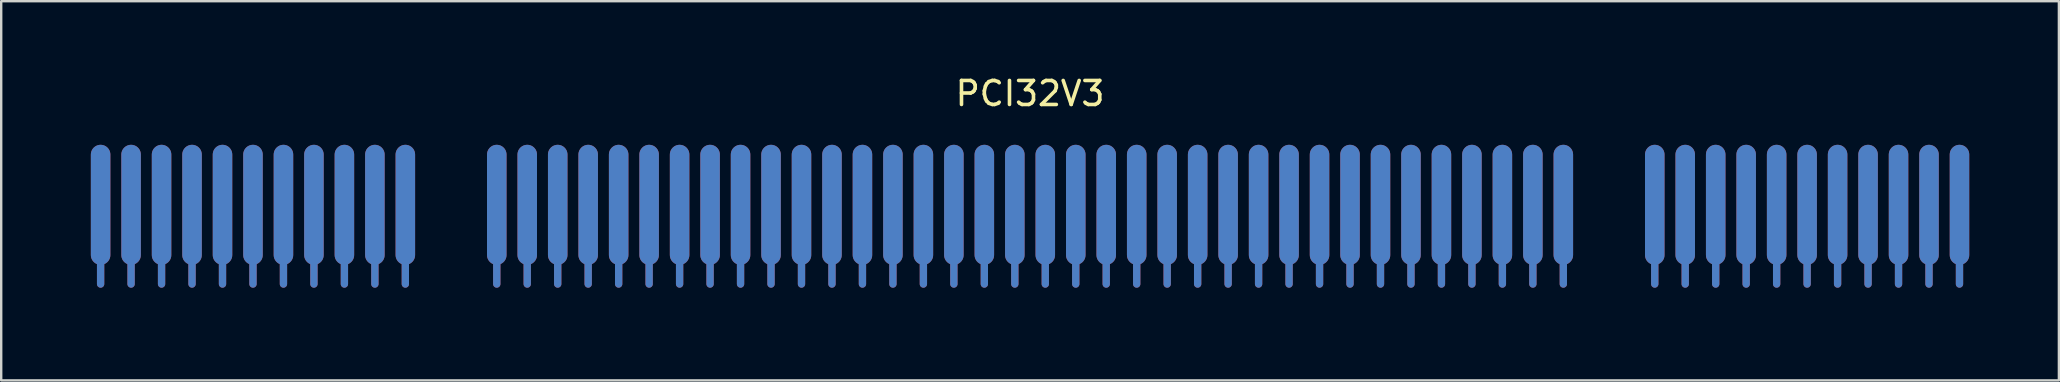
<source format=kicad_pcb>
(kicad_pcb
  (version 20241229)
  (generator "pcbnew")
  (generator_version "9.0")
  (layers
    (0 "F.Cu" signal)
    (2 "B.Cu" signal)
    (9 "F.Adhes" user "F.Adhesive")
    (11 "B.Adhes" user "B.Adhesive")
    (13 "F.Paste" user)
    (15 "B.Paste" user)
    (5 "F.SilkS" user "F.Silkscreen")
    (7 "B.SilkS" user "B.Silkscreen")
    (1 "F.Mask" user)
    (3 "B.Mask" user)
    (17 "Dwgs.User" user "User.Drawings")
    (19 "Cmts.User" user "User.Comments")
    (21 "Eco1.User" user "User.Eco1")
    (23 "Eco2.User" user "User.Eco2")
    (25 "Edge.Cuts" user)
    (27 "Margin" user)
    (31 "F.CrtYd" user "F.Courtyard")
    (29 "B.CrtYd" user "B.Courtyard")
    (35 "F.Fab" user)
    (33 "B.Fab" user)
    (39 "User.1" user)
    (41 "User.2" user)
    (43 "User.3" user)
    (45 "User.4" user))
  (footprint "PCI32V3"
    (layer "F.Cu")
    (at 1.143 5.485)
    (property "Reference" "PCI32V3" (at 38.735 -4.637 0) (layer "F.SilkS") (effects (font (size 1 1) (thickness 0.15))))
    (fp_line (start 0 3.302) (end 0 2) (stroke (width 0.305) (type solid)) (layer "F.Cu"))
    (fp_line (start 1.27 3.302) (end 1.27 2) (stroke (width 0.305) (type solid)) (layer "F.Cu"))
    (fp_line (start 2.54 3.302) (end 2.54 2) (stroke (width 0.305) (type solid)) (layer "F.Cu"))
    (fp_line (start 3.81 3.302) (end 3.81 2) (stroke (width 0.305) (type solid)) (layer "F.Cu"))
    (fp_line (start 5.08 3.302) (end 5.08 2) (stroke (width 0.305) (type solid)) (layer "F.Cu"))
    (fp_line (start 6.35 3.302) (end 6.35 2) (stroke (width 0.305) (type solid)) (layer "F.Cu"))
    (fp_line (start 7.62 3.302) (end 7.62 2) (stroke (width 0.305) (type solid)) (layer "F.Cu"))
    (fp_line (start 8.89 3.302) (end 8.89 2) (stroke (width 0.305) (type solid)) (layer "F.Cu"))
    (fp_line (start 10.16 3.302) (end 10.16 2) (stroke (width 0.305) (type solid)) (layer "F.Cu"))
    (fp_line (start 11.43 3.302) (end 11.43 2) (stroke (width 0.305) (type solid)) (layer "F.Cu"))
    (fp_line (start 12.7 3.302) (end 12.7 2) (stroke (width 0.305) (type solid)) (layer "F.Cu"))
    (fp_line (start 16.51 3.302) (end 16.51 2) (stroke (width 0.305) (type solid)) (layer "F.Cu"))
    (fp_line (start 17.78 3.302) (end 17.78 2) (stroke (width 0.305) (type solid)) (layer "F.Cu"))
    (fp_line (start 19.05 3.302) (end 19.05 2) (stroke (width 0.305) (type solid)) (layer "F.Cu"))
    (fp_line (start 20.32 3.302) (end 20.32 2) (stroke (width 0.305) (type solid)) (layer "F.Cu"))
    (fp_line (start 21.59 3.302) (end 21.59 2) (stroke (width 0.305) (type solid)) (layer "F.Cu"))
    (fp_line (start 22.86 3.302) (end 22.86 2) (stroke (width 0.305) (type solid)) (layer "F.Cu"))
    (fp_line (start 24.13 3.302) (end 24.13 2) (stroke (width 0.305) (type solid)) (layer "F.Cu"))
    (fp_line (start 25.4 3.302) (end 25.4 2) (stroke (width 0.305) (type solid)) (layer "F.Cu"))
    (fp_line (start 26.67 3.302) (end 26.67 2) (stroke (width 0.305) (type solid)) (layer "F.Cu"))
    (fp_line (start 27.94 3.302) (end 27.94 2) (stroke (width 0.305) (type solid)) (layer "F.Cu"))
    (fp_line (start 29.21 3.302) (end 29.21 2) (stroke (width 0.305) (type solid)) (layer "F.Cu"))
    (fp_line (start 30.48 3.302) (end 30.48 2) (stroke (width 0.305) (type solid)) (layer "F.Cu"))
    (fp_line (start 31.75 3.302) (end 31.75 2) (stroke (width 0.305) (type solid)) (layer "F.Cu"))
    (fp_line (start 33.02 3.302) (end 33.02 2) (stroke (width 0.305) (type solid)) (layer "F.Cu"))
    (fp_line (start 34.29 3.302) (end 34.29 2) (stroke (width 0.305) (type solid)) (layer "F.Cu"))
    (fp_line (start 35.56 3.302) (end 35.56 2) (stroke (width 0.305) (type solid)) (layer "F.Cu"))
    (fp_line (start 36.83 3.302) (end 36.83 2) (stroke (width 0.305) (type solid)) (layer "F.Cu"))
    (fp_line (start 38.1 3.302) (end 38.1 2) (stroke (width 0.305) (type solid)) (layer "F.Cu"))
    (fp_line (start 39.37 3.302) (end 39.37 2) (stroke (width 0.305) (type solid)) (layer "F.Cu"))
    (fp_line (start 40.64 3.302) (end 40.64 2) (stroke (width 0.305) (type solid)) (layer "F.Cu"))
    (fp_line (start 41.91 3.302) (end 41.91 2) (stroke (width 0.305) (type solid)) (layer "F.Cu"))
    (fp_line (start 43.18 3.302) (end 43.18 2) (stroke (width 0.305) (type solid)) (layer "F.Cu"))
    (fp_line (start 44.45 3.302) (end 44.45 2) (stroke (width 0.305) (type solid)) (layer "F.Cu"))
    (fp_line (start 45.72 3.302) (end 45.72 2) (stroke (width 0.305) (type solid)) (layer "F.Cu"))
    (fp_line (start 46.99 3.302) (end 46.99 2) (stroke (width 0.305) (type solid)) (layer "F.Cu"))
    (fp_line (start 48.26 3.302) (end 48.26 2) (stroke (width 0.305) (type solid)) (layer "F.Cu"))
    (fp_line (start 49.53 3.302) (end 49.53 2) (stroke (width 0.305) (type solid)) (layer "F.Cu"))
    (fp_line (start 50.8 3.302) (end 50.8 2) (stroke (width 0.305) (type solid)) (layer "F.Cu"))
    (fp_line (start 52.07 3.302) (end 52.07 2) (stroke (width 0.305) (type solid)) (layer "F.Cu"))
    (fp_line (start 53.34 3.302) (end 53.34 2) (stroke (width 0.305) (type solid)) (layer "F.Cu"))
    (fp_line (start 54.61 3.302) (end 54.61 2) (stroke (width 0.305) (type solid)) (layer "F.Cu"))
    (fp_line (start 55.88 3.302) (end 55.88 2) (stroke (width 0.305) (type solid)) (layer "F.Cu"))
    (fp_line (start 57.15 3.302) (end 57.15 2) (stroke (width 0.305) (type solid)) (layer "F.Cu"))
    (fp_line (start 58.42 3.302) (end 58.42 2) (stroke (width 0.305) (type solid)) (layer "F.Cu"))
    (fp_line (start 59.69 3.302) (end 59.69 2) (stroke (width 0.305) (type solid)) (layer "F.Cu"))
    (fp_line (start 60.96 3.302) (end 60.96 2) (stroke (width 0.305) (type solid)) (layer "F.Cu"))
    (fp_line (start 64.77 3.302) (end 64.77 2) (stroke (width 0.305) (type solid)) (layer "F.Cu"))
    (fp_line (start 66.04 3.302) (end 66.04 2) (stroke (width 0.305) (type solid)) (layer "F.Cu"))
    (fp_line (start 67.31 3.302) (end 67.31 2) (stroke (width 0.305) (type solid)) (layer "F.Cu"))
    (fp_line (start 68.58 3.302) (end 68.58 2) (stroke (width 0.305) (type solid)) (layer "F.Cu"))
    (fp_line (start 69.85 3.302) (end 69.85 2) (stroke (width 0.305) (type solid)) (layer "F.Cu"))
    (fp_line (start 71.12 3.302) (end 71.12 2) (stroke (width 0.305) (type solid)) (layer "F.Cu"))
    (fp_line (start 72.39 3.302) (end 72.39 2) (stroke (width 0.305) (type solid)) (layer "F.Cu"))
    (fp_line (start 73.66 3.302) (end 73.66 2) (stroke (width 0.305) (type solid)) (layer "F.Cu"))
    (fp_line (start 74.93 3.302) (end 74.93 2) (stroke (width 0.305) (type solid)) (layer "F.Cu"))
    (fp_line (start 76.2 3.302) (end 76.2 2) (stroke (width 0.305) (type solid)) (layer "F.Cu"))
    (fp_line (start 77.47 3.302) (end 77.47 2) (stroke (width 0.305) (type solid)) (layer "F.Cu"))
    (fp_rect (start -1.016 4.064) (end 13.386 -2.769) (stroke (width 0) (type default)) (fill yes) (layer "F.Mask"))
    (fp_rect (start 61.849 -2.794) (end 15.621 3.962) (stroke (width 0) (type default)) (fill yes) (layer "F.Mask"))
    (fp_rect (start 63.881 4.039) (end 78.283 -2.794) (stroke (width 0) (type default)) (fill yes) (layer "F.Mask"))
    (fp_line (start 0 3.302) (end 0 2) (stroke (width 0.305) (type solid)) (layer "B.Cu"))
    (fp_line (start 1.27 3.302) (end 1.27 2) (stroke (width 0.305) (type solid)) (layer "B.Cu"))
    (fp_line (start 2.54 3.302) (end 2.54 2) (stroke (width 0.305) (type solid)) (layer "B.Cu"))
    (fp_line (start 3.81 3.302) (end 3.81 2) (stroke (width 0.305) (type solid)) (layer "B.Cu"))
    (fp_line (start 5.08 3.302) (end 5.08 2) (stroke (width 0.305) (type solid)) (layer "B.Cu"))
    (fp_line (start 6.35 3.302) (end 6.35 2) (stroke (width 0.305) (type solid)) (layer "B.Cu"))
    (fp_line (start 7.62 3.302) (end 7.62 2) (stroke (width 0.305) (type solid)) (layer "B.Cu"))
    (fp_line (start 8.89 3.302) (end 8.89 2) (stroke (width 0.305) (type solid)) (layer "B.Cu"))
    (fp_line (start 10.16 3.302) (end 10.16 2) (stroke (width 0.305) (type solid)) (layer "B.Cu"))
    (fp_line (start 11.43 3.302) (end 11.43 2) (stroke (width 0.305) (type solid)) (layer "B.Cu"))
    (fp_line (start 12.7 3.302) (end 12.7 2) (stroke (width 0.305) (type solid)) (layer "B.Cu"))
    (fp_line (start 16.51 3.302) (end 16.51 2) (stroke (width 0.305) (type solid)) (layer "B.Cu"))
    (fp_line (start 17.78 3.302) (end 17.78 2) (stroke (width 0.305) (type solid)) (layer "B.Cu"))
    (fp_line (start 19.05 3.302) (end 19.05 2) (stroke (width 0.305) (type solid)) (layer "B.Cu"))
    (fp_line (start 20.32 3.302) (end 20.32 2) (stroke (width 0.305) (type solid)) (layer "B.Cu"))
    (fp_line (start 21.59 3.302) (end 21.59 2) (stroke (width 0.305) (type solid)) (layer "B.Cu"))
    (fp_line (start 22.86 3.302) (end 22.86 2) (stroke (width 0.305) (type solid)) (layer "B.Cu"))
    (fp_line (start 24.13 3.302) (end 24.13 2) (stroke (width 0.305) (type solid)) (layer "B.Cu"))
    (fp_line (start 25.4 3.302) (end 25.4 2) (stroke (width 0.305) (type solid)) (layer "B.Cu"))
    (fp_line (start 26.67 3.302) (end 26.67 2) (stroke (width 0.305) (type solid)) (layer "B.Cu"))
    (fp_line (start 27.94 3.302) (end 27.94 2) (stroke (width 0.305) (type solid)) (layer "B.Cu"))
    (fp_line (start 29.21 3.302) (end 29.21 2) (stroke (width 0.305) (type solid)) (layer "B.Cu"))
    (fp_line (start 30.48 3.302) (end 30.48 2) (stroke (width 0.305) (type solid)) (layer "B.Cu"))
    (fp_line (start 31.75 3.302) (end 31.75 2) (stroke (width 0.305) (type solid)) (layer "B.Cu"))
    (fp_line (start 33.02 3.302) (end 33.02 2) (stroke (width 0.305) (type solid)) (layer "B.Cu"))
    (fp_line (start 34.29 3.302) (end 34.29 2) (stroke (width 0.305) (type solid)) (layer "B.Cu"))
    (fp_line (start 35.56 3.302) (end 35.56 2) (stroke (width 0.305) (type solid)) (layer "B.Cu"))
    (fp_line (start 36.83 3.302) (end 36.83 2) (stroke (width 0.305) (type solid)) (layer "B.Cu"))
    (fp_line (start 38.1 3.302) (end 38.1 2) (stroke (width 0.305) (type solid)) (layer "B.Cu"))
    (fp_line (start 39.37 3.302) (end 39.37 2) (stroke (width 0.305) (type solid)) (layer "B.Cu"))
    (fp_line (start 40.64 3.302) (end 40.64 2) (stroke (width 0.305) (type solid)) (layer "B.Cu"))
    (fp_line (start 41.91 3.302) (end 41.91 2) (stroke (width 0.305) (type solid)) (layer "B.Cu"))
    (fp_line (start 43.18 3.302) (end 43.18 2) (stroke (width 0.305) (type solid)) (layer "B.Cu"))
    (fp_line (start 44.45 3.302) (end 44.45 2) (stroke (width 0.305) (type solid)) (layer "B.Cu"))
    (fp_line (start 45.72 3.302) (end 45.72 2) (stroke (width 0.305) (type solid)) (layer "B.Cu"))
    (fp_line (start 46.99 3.302) (end 46.99 2) (stroke (width 0.305) (type solid)) (layer "B.Cu"))
    (fp_line (start 48.26 3.302) (end 48.26 2) (stroke (width 0.305) (type solid)) (layer "B.Cu"))
    (fp_line (start 49.53 3.302) (end 49.53 2) (stroke (width 0.305) (type solid)) (layer "B.Cu"))
    (fp_line (start 50.8 3.302) (end 50.8 2) (stroke (width 0.305) (type solid)) (layer "B.Cu"))
    (fp_line (start 52.07 3.302) (end 52.07 2) (stroke (width 0.305) (type solid)) (layer "B.Cu"))
    (fp_line (start 53.34 3.302) (end 53.34 2) (stroke (width 0.305) (type solid)) (layer "B.Cu"))
    (fp_line (start 54.61 3.302) (end 54.61 2) (stroke (width 0.305) (type solid)) (layer "B.Cu"))
    (fp_line (start 55.88 3.302) (end 55.88 2) (stroke (width 0.305) (type solid)) (layer "B.Cu"))
    (fp_line (start 57.15 3.302) (end 57.15 2) (stroke (width 0.305) (type solid)) (layer "B.Cu"))
    (fp_line (start 58.42 3.302) (end 58.42 2) (stroke (width 0.305) (type solid)) (layer "B.Cu"))
    (fp_line (start 59.69 3.302) (end 59.69 2) (stroke (width 0.305) (type solid)) (layer "B.Cu"))
    (fp_line (start 60.96 3.302) (end 60.96 2) (stroke (width 0.305) (type solid)) (layer "B.Cu"))
    (fp_line (start 64.77 3.302) (end 64.77 2) (stroke (width 0.305) (type solid)) (layer "B.Cu"))
    (fp_line (start 66.04 3.302) (end 66.04 2) (stroke (width 0.305) (type solid)) (layer "B.Cu"))
    (fp_line (start 67.31 3.302) (end 67.31 2) (stroke (width 0.305) (type solid)) (layer "B.Cu"))
    (fp_line (start 68.58 3.302) (end 68.58 2) (stroke (width 0.305) (type solid)) (layer "B.Cu"))
    (fp_line (start 69.85 3.302) (end 69.85 2) (stroke (width 0.305) (type solid)) (layer "B.Cu"))
    (fp_line (start 71.12 3.302) (end 71.12 2) (stroke (width 0.305) (type solid)) (layer "B.Cu"))
    (fp_line (start 72.39 3.302) (end 72.39 2) (stroke (width 0.305) (type solid)) (layer "B.Cu"))
    (fp_line (start 73.66 3.302) (end 73.66 2) (stroke (width 0.305) (type solid)) (layer "B.Cu"))
    (fp_line (start 74.93 3.302) (end 74.93 2) (stroke (width 0.305) (type solid)) (layer "B.Cu"))
    (fp_line (start 76.2 3.302) (end 76.2 2) (stroke (width 0.305) (type solid)) (layer "B.Cu"))
    (fp_line (start 77.47 3.302) (end 77.47 2) (stroke (width 0.305) (type solid)) (layer "B.Cu"))
    (fp_rect (start -0.991 4.089) (end 13.386 -2.718) (stroke (width 0) (type default)) (fill yes) (layer "B.Mask"))
    (fp_rect (start 15.621 4.267) (end 61.849 -2.794) (stroke (width 0) (type default)) (fill yes) (layer "B.Mask"))
    (fp_rect (start 63.881 4.115) (end 78.257 -2.692) (stroke (width 0) (type default)) (fill yes) (layer "B.Mask"))
    (fp_line (start -1.016 3.556) (end -1.016 -3.429) (stroke (width 0.254) (type solid)) (layer "User.1"))
    (fp_line (start -1.016 3.556) (end -0.381 4.191) (stroke (width 0.254) (type solid)) (layer "User.1"))
    (fp_line (start -0.381 4.191) (end 13.081 4.191) (stroke (width 0.254) (type solid)) (layer "User.1"))
    (fp_line (start 13.081 4.191) (end 13.589 3.683) (stroke (width 0.254) (type solid)) (layer "User.1"))
    (fp_line (start 13.589 3.683) (end 13.589 -2.794) (stroke (width 0.254) (type solid)) (layer "User.1"))
    (fp_line (start 15.621 3.683) (end 15.621 -2.794) (stroke (width 0.254) (type solid)) (layer "User.1"))
    (fp_line (start 15.621 3.683) (end 16.129 4.191) (stroke (width 0.254) (type solid)) (layer "User.1"))
    (fp_line (start 16.129 4.191) (end 61.341 4.191) (stroke (width 0.254) (type solid)) (layer "User.1"))
    (fp_line (start 61.341 4.191) (end 61.849 3.683) (stroke (width 0.254) (type solid)) (layer "User.1"))
    (fp_line (start 61.849 3.683) (end 61.849 -2.794) (stroke (width 0.254) (type solid)) (layer "User.1"))
    (fp_line (start 63.881 3.683) (end 63.881 -2.794) (stroke (width 0.254) (type solid)) (layer "User.1"))
    (fp_line (start 63.881 3.683) (end 64.389 4.191) (stroke (width 0.254) (type solid)) (layer "User.1"))
    (fp_line (start 64.389 4.191) (end 77.851 4.191) (stroke (width 0.254) (type solid)) (layer "User.1"))
    (fp_line (start 77.851 4.191) (end 78.486 3.556) (stroke (width 0.254) (type solid)) (layer "User.1"))
    (fp_line (start 78.486 3.556) (end 78.486 -3.429) (stroke (width 0.254) (type solid)) (layer "User.1"))
    (fp_arc (start 13.589 -2.794) (mid 14.605 -3.81) (end 15.621 -2.794) (stroke (width 0.254) (type solid)) (layer "User.1"))
    (fp_arc (start 61.849 -2.794) (mid 62.865 -3.81) (end 63.881 -2.794) (stroke (width 0.254) (type solid)) (layer "User.1"))
    (pad "1" smd oval (at 0 0) (size 0.813 5) (layers "F.Cu" "F.Mask" "F.Paste"))
    (pad "2" smd oval (at 1.27 0) (size 0.813 5) (layers "F.Cu" "F.Mask" "F.Paste"))
    (pad "3" smd oval (at 2.54 0) (size 0.813 5) (layers "F.Cu" "F.Mask" "F.Paste"))
    (pad "4" smd oval (at 3.81 0) (size 0.813 5) (layers "F.Cu" "F.Mask" "F.Paste"))
    (pad "5" smd oval (at 5.08 0) (size 0.813 5) (layers "F.Cu" "F.Mask" "F.Paste"))
    (pad "6" smd oval (at 6.35 0) (size 0.813 5) (layers "F.Cu" "F.Mask" "F.Paste"))
    (pad "7" smd oval (at 7.62 0) (size 0.813 5) (layers "F.Cu" "F.Mask" "F.Paste"))
    (pad "8" smd oval (at 8.89 0) (size 0.813 5) (layers "F.Cu" "F.Mask" "F.Paste"))
    (pad "9" smd oval (at 10.16 0) (size 0.813 5) (layers "F.Cu" "F.Mask" "F.Paste"))
    (pad "10" smd oval (at 11.43 0) (size 0.813 5) (layers "F.Cu" "F.Mask" "F.Paste"))
    (pad "11" smd oval (at 12.7 0) (size 0.813 5) (layers "F.Cu" "F.Mask" "F.Paste"))
    (pad "14" smd oval (at 16.51 0) (size 0.813 5) (layers "F.Cu" "F.Mask" "F.Paste"))
    (pad "15" smd oval (at 17.78 0) (size 0.813 5) (layers "F.Cu" "F.Mask" "F.Paste"))
    (pad "16" smd oval (at 19.05 0) (size 0.813 5) (layers "F.Cu" "F.Mask" "F.Paste"))
    (pad "17" smd oval (at 20.32 0) (size 0.813 5) (layers "F.Cu" "F.Mask" "F.Paste"))
    (pad "18" smd oval (at 21.59 0) (size 0.813 5) (layers "F.Cu" "F.Mask" "F.Paste"))
    (pad "19" smd oval (at 22.86 0) (size 0.813 5) (layers "F.Cu" "F.Mask" "F.Paste"))
    (pad "20" smd oval (at 24.13 0) (size 0.813 5) (layers "F.Cu" "F.Mask" "F.Paste"))
    (pad "21" smd oval (at 25.4 0) (size 0.813 5) (layers "F.Cu" "F.Mask" "F.Paste"))
    (pad "22" smd oval (at 26.67 0) (size 0.813 5) (layers "F.Cu" "F.Mask" "F.Paste"))
    (pad "23" smd oval (at 27.94 0) (size 0.813 5) (layers "F.Cu" "F.Mask" "F.Paste"))
    (pad "24" smd oval (at 29.21 0) (size 0.813 5) (layers "F.Cu" "F.Mask" "F.Paste"))
    (pad "25" smd oval (at 30.48 0) (size 0.813 5) (layers "F.Cu" "F.Mask" "F.Paste"))
    (pad "26" smd oval (at 31.75 0) (size 0.813 5) (layers "F.Cu" "F.Mask" "F.Paste"))
    (pad "27" smd oval (at 33.02 0) (size 0.813 5) (layers "F.Cu" "F.Mask" "F.Paste"))
    (pad "28" smd oval (at 34.29 0) (size 0.813 5) (layers "F.Cu" "F.Mask" "F.Paste"))
    (pad "29" smd oval (at 35.56 0) (size 0.813 5) (layers "F.Cu" "F.Mask" "F.Paste"))
    (pad "30" smd oval (at 36.83 0) (size 0.813 5) (layers "F.Cu" "F.Mask" "F.Paste"))
    (pad "31" smd oval (at 38.1 0) (size 0.813 5) (layers "F.Cu" "F.Mask" "F.Paste"))
    (pad "32" smd oval (at 39.37 0) (size 0.813 5) (layers "F.Cu" "F.Mask" "F.Paste"))
    (pad "33" smd oval (at 40.64 0) (size 0.813 5) (layers "F.Cu" "F.Mask" "F.Paste"))
    (pad "34" smd oval (at 41.91 0) (size 0.813 5) (layers "F.Cu" "F.Mask" "F.Paste"))
    (pad "35" smd oval (at 43.18 0) (size 0.813 5) (layers "F.Cu" "F.Mask" "F.Paste"))
    (pad "36" smd oval (at 44.45 0) (size 0.813 5) (layers "F.Cu" "F.Mask" "F.Paste"))
    (pad "37" smd oval (at 45.72 0) (size 0.813 5) (layers "F.Cu" "F.Mask" "F.Paste"))
    (pad "38" smd oval (at 46.99 0) (size 0.813 5) (layers "F.Cu" "F.Mask" "F.Paste"))
    (pad "39" smd oval (at 48.26 0) (size 0.813 5) (layers "F.Cu" "F.Mask" "F.Paste"))
    (pad "40" smd oval (at 49.53 0) (size 0.813 5) (layers "F.Cu" "F.Mask" "F.Paste"))
    (pad "41" smd oval (at 50.8 0) (size 0.813 5) (layers "F.Cu" "F.Mask" "F.Paste"))
    (pad "42" smd oval (at 52.07 0) (size 0.813 5) (layers "F.Cu" "F.Mask" "F.Paste"))
    (pad "43" smd oval (at 53.34 0) (size 0.813 5) (layers "F.Cu" "F.Mask" "F.Paste"))
    (pad "44" smd oval (at 54.61 0) (size 0.813 5) (layers "F.Cu" "F.Mask" "F.Paste"))
    (pad "45" smd oval (at 55.88 0) (size 0.813 5) (layers "F.Cu" "F.Mask" "F.Paste"))
    (pad "46" smd oval (at 57.15 0) (size 0.813 5) (layers "F.Cu" "F.Mask" "F.Paste"))
    (pad "47" smd oval (at 58.42 0) (size 0.813 5) (layers "F.Cu" "F.Mask" "F.Paste"))
    (pad "48" smd oval (at 59.69 0) (size 0.813 5) (layers "F.Cu" "F.Mask" "F.Paste"))
    (pad "49" smd oval (at 60.96 0) (size 0.813 5) (layers "F.Cu" "F.Mask" "F.Paste"))
    (pad "52" smd oval (at 64.77 0) (size 0.813 5) (layers "F.Cu" "F.Mask" "F.Paste"))
    (pad "53" smd oval (at 66.04 0) (size 0.813 5) (layers "F.Cu" "F.Mask" "F.Paste"))
    (pad "54" smd oval (at 67.31 0) (size 0.813 5) (layers "F.Cu" "F.Mask" "F.Paste"))
    (pad "55" smd oval (at 68.58 0) (size 0.813 5) (layers "F.Cu" "F.Mask" "F.Paste"))
    (pad "56" smd oval (at 69.85 0) (size 0.813 5) (layers "F.Cu" "F.Mask" "F.Paste"))
    (pad "57" smd oval (at 71.12 0) (size 0.813 5) (layers "F.Cu" "F.Mask" "F.Paste"))
    (pad "58" smd oval (at 72.39 0) (size 0.813 5) (layers "F.Cu" "F.Mask" "F.Paste"))
    (pad "59" smd oval (at 73.66 0) (size 0.813 5) (layers "F.Cu" "F.Mask" "F.Paste"))
    (pad "60" smd oval (at 74.93 0) (size 0.813 5) (layers "F.Cu" "F.Mask" "F.Paste"))
    (pad "61" smd oval (at 76.2 0) (size 0.813 5) (layers "F.Cu" "F.Mask" "F.Paste"))
    (pad "62" smd oval (at 77.47 0) (size 0.813 5) (layers "F.Cu" "F.Mask" "F.Paste"))
    (pad "63" smd oval (at 77.47 0) (size 0.813 5) (layers "B.Cu" "B.Mask" "B.Paste"))
    (pad "64" smd oval (at 76.2 0) (size 0.813 5) (layers "B.Cu" "B.Mask" "B.Paste"))
    (pad "65" smd oval (at 74.93 0) (size 0.813 5) (layers "B.Cu" "B.Mask" "B.Paste"))
    (pad "66" smd oval (at 73.66 0) (size 0.813 5) (layers "B.Cu" "B.Mask" "B.Paste"))
    (pad "67" smd oval (at 72.39 0) (size 0.813 5) (layers "B.Cu" "B.Mask" "B.Paste"))
    (pad "68" smd oval (at 71.12 0) (size 0.813 5) (layers "B.Cu" "B.Mask" "B.Paste"))
    (pad "69" smd oval (at 69.85 0) (size 0.813 5) (layers "B.Cu" "B.Mask" "B.Paste"))
    (pad "70" smd oval (at 68.58 0) (size 0.813 5) (layers "B.Cu" "B.Mask" "B.Paste"))
    (pad "71" smd oval (at 67.31 0) (size 0.813 5) (layers "B.Cu" "B.Mask" "B.Paste"))
    (pad "72" smd oval (at 66.04 0) (size 0.813 5) (layers "B.Cu" "B.Mask" "B.Paste"))
    (pad "73" smd oval (at 64.77 0) (size 0.813 5) (layers "B.Cu" "B.Mask" "B.Paste"))
    (pad "76" smd oval (at 60.96 0) (size 0.813 5) (layers "B.Cu" "B.Mask" "B.Paste"))
    (pad "77" smd oval (at 59.69 0) (size 0.813 5) (layers "B.Cu" "B.Mask" "B.Paste"))
    (pad "78" smd oval (at 58.42 0) (size 0.813 5) (layers "B.Cu" "B.Mask" "B.Paste"))
    (pad "79" smd oval (at 57.15 0) (size 0.813 5) (layers "B.Cu" "B.Mask" "B.Paste"))
    (pad "80" smd oval (at 55.88 0) (size 0.813 5) (layers "B.Cu" "B.Mask" "B.Paste"))
    (pad "81" smd oval (at 54.61 0) (size 0.813 5) (layers "B.Cu" "B.Mask" "B.Paste"))
    (pad "82" smd oval (at 53.34 0) (size 0.813 5) (layers "B.Cu" "B.Mask" "B.Paste"))
    (pad "83" smd oval (at 52.07 0) (size 0.813 5) (layers "B.Cu" "B.Mask" "B.Paste"))
    (pad "84" smd oval (at 50.8 0) (size 0.813 5) (layers "B.Cu" "B.Mask" "B.Paste"))
    (pad "85" smd oval (at 49.53 0) (size 0.813 5) (layers "B.Cu" "B.Mask" "B.Paste"))
    (pad "86" smd oval (at 48.26 0) (size 0.813 5) (layers "B.Cu" "B.Mask" "B.Paste"))
    (pad "87" smd oval (at 46.99 0) (size 0.813 5) (layers "B.Cu" "B.Mask" "B.Paste"))
    (pad "88" smd oval (at 45.72 0) (size 0.813 5) (layers "B.Cu" "B.Mask" "B.Paste"))
    (pad "89" smd oval (at 44.45 0) (size 0.813 5) (layers "B.Cu" "B.Mask" "B.Paste"))
    (pad "90" smd oval (at 43.18 0) (size 0.813 5) (layers "B.Cu" "B.Mask" "B.Paste"))
    (pad "91" smd oval (at 41.91 0) (size 0.813 5) (layers "B.Cu" "B.Mask" "B.Paste"))
    (pad "92" smd oval (at 40.64 0) (size 0.813 5) (layers "B.Cu" "B.Mask" "B.Paste"))
    (pad "93" smd oval (at 39.37 0) (size 0.813 5) (layers "B.Cu" "B.Mask" "B.Paste"))
    (pad "94" smd oval (at 38.1 0) (size 0.813 5) (layers "B.Cu" "B.Mask" "B.Paste"))
    (pad "95" smd oval (at 36.83 0) (size 0.813 5) (layers "B.Cu" "B.Mask" "B.Paste"))
    (pad "96" smd oval (at 35.56 0) (size 0.813 5) (layers "B.Cu" "B.Mask" "B.Paste"))
    (pad "97" smd oval (at 34.29 0) (size 0.813 5) (layers "B.Cu" "B.Mask" "B.Paste"))
    (pad "98" smd oval (at 33.02 0) (size 0.813 5) (layers "B.Cu" "B.Mask" "B.Paste"))
    (pad "99" smd oval (at 31.75 0) (size 0.813 5) (layers "B.Cu" "B.Mask" "B.Paste"))
    (pad "100" smd oval (at 30.48 0) (size 0.813 5) (layers "B.Cu" "B.Mask" "B.Paste"))
    (pad "101" smd oval (at 29.21 0) (size 0.813 5) (layers "B.Cu" "B.Mask" "B.Paste"))
    (pad "102" smd oval (at 27.94 0) (size 0.813 5) (layers "B.Cu" "B.Mask" "B.Paste"))
    (pad "103" smd oval (at 26.67 0) (size 0.813 5) (layers "B.Cu" "B.Mask" "B.Paste"))
    (pad "104" smd oval (at 25.4 0) (size 0.813 5) (layers "B.Cu" "B.Mask" "B.Paste"))
    (pad "105" smd oval (at 24.13 0) (size 0.813 5) (layers "B.Cu" "B.Mask" "B.Paste"))
    (pad "106" smd oval (at 22.86 0) (size 0.813 5) (layers "B.Cu" "B.Mask" "B.Paste"))
    (pad "107" smd oval (at 21.59 0) (size 0.813 5) (layers "B.Cu" "B.Mask" "B.Paste"))
    (pad "108" smd oval (at 20.32 0) (size 0.813 5) (layers "B.Cu" "B.Mask" "B.Paste"))
    (pad "109" smd oval (at 19.05 0) (size 0.813 5) (layers "B.Cu" "B.Mask" "B.Paste"))
    (pad "110" smd oval (at 17.78 0) (size 0.813 5) (layers "B.Cu" "B.Mask" "B.Paste"))
    (pad "111" smd oval (at 16.51 0) (size 0.813 5) (layers "B.Cu" "B.Mask" "B.Paste"))
    (pad "114" smd oval (at 12.7 0) (size 0.813 5) (layers "B.Cu" "B.Mask" "B.Paste"))
    (pad "115" smd oval (at 11.43 0) (size 0.813 5) (layers "B.Cu" "B.Mask" "B.Paste"))
    (pad "116" smd oval (at 10.16 0) (size 0.813 5) (layers "B.Cu" "B.Mask" "B.Paste"))
    (pad "117" smd oval (at 8.89 0) (size 0.813 5) (layers "B.Cu" "B.Mask" "B.Paste"))
    (pad "118" smd oval (at 7.62 0) (size 0.813 5) (layers "B.Cu" "B.Mask" "B.Paste"))
    (pad "119" smd oval (at 6.35 0) (size 0.813 5) (layers "B.Cu" "B.Mask" "B.Paste"))
    (pad "120" smd oval (at 5.08 0) (size 0.813 5) (layers "B.Cu" "B.Mask" "B.Paste"))
    (pad "121" smd oval (at 3.81 0) (size 0.813 5) (layers "B.Cu" "B.Mask" "B.Paste"))
    (pad "122" smd oval (at 2.54 0) (size 0.813 5) (layers "B.Cu" "B.Mask" "B.Paste"))
    (pad "123" smd oval (at 1.27 0) (size 0.813 5) (layers "B.Cu" "B.Mask" "B.Paste"))
    (pad "124" smd oval (at 0 0) (size 0.813 5) (layers "B.Cu" "B.Mask" "B.Paste"))
    (zone (net_name "") (layers "F.Cu" "B.Cu") (hatch edge 0.5) (connect_pads) (min_thickness 0.25) (filled_areas_thickness no) (keepout (tracks not_allowed) (vias not_allowed) (pads not_allowed) (copperpour not_allowed) (footprints allowed)) (placement (enabled no)) (fill) (polygon (pts (xy 0.002 2.031) (xy 0.021 1.986) (xy 0.056 1.951) (xy 0.102 1.932) (xy 0.152 1.932) (xy 0.198 1.951) (xy 0.233 1.986) (xy 0.252 2.031) (xy 0.254 2.056) (xy 0.254 9.041) (xy 0.252 9.066) (xy 0.233 9.112) (xy 0.198 9.147) (xy 0.152 9.166) (xy 0.102 9.166) (xy 0.056 9.147) (xy 0.021 9.112) (xy 0.002 9.066) (xy 0 9.041) (xy 0 2.056))))
    (zone (net_name "") (layers "F.Cu" "B.Cu") (hatch edge 0.5) (connect_pads) (min_thickness 0.25) (filled_areas_thickness no) (keepout (tracks not_allowed) (vias not_allowed) (pads not_allowed) (copperpour not_allowed) (footprints allowed)) (placement (enabled no)) (fill) (polygon (pts (xy 0.868 9.606) (xy 0.887 9.651) (xy 0.887 9.701) (xy 0.868 9.747) (xy 0.833 9.782) (xy 0.787 9.801) (xy 0.737 9.801) (xy 0.691 9.782) (xy 0.672 9.766) (xy 0.037 9.131) (xy 0.021 9.112) (xy 0.002 9.066) (xy 0.002 9.016) (xy 0.021 8.971) (xy 0.056 8.936) (xy 0.102 8.917) (xy 0.152 8.917) (xy 0.198 8.936) (xy 0.217 8.951) (xy 0.852 9.586))))
    (zone (net_name "") (layers "F.Cu" "B.Cu") (hatch edge 0.5) (connect_pads) (min_thickness 0.25) (filled_areas_thickness no) (keepout (tracks not_allowed) (vias not_allowed) (pads not_allowed) (copperpour not_allowed) (footprints allowed)) (placement (enabled no)) (fill) (polygon (pts (xy 14.249 9.552) (xy 14.295 9.571) (xy 14.33 9.606) (xy 14.349 9.651) (xy 14.349 9.701) (xy 14.33 9.747) (xy 14.295 9.782) (xy 14.249 9.801) (xy 14.224 9.803) (xy 0.762 9.803) (xy 0.737 9.801) (xy 0.691 9.782) (xy 0.656 9.747) (xy 0.637 9.701) (xy 0.637 9.651) (xy 0.656 9.606) (xy 0.691 9.571) (xy 0.737 9.552) (xy 0.762 9.549) (xy 14.224 9.549))))
    (zone (net_name "") (layers "F.Cu" "B.Cu") (hatch edge 0.5) (connect_pads) (min_thickness 0.25) (filled_areas_thickness no) (keepout (tracks not_allowed) (vias not_allowed) (pads not_allowed) (copperpour not_allowed) (footprints allowed)) (placement (enabled no)) (fill) (polygon (pts (xy 14.607 2.666) (xy 14.626 2.621) (xy 14.661 2.586) (xy 14.707 2.567) (xy 14.757 2.567) (xy 14.803 2.586) (xy 14.838 2.621) (xy 14.857 2.666) (xy 14.859 2.691) (xy 14.859 9.168) (xy 14.857 9.193) (xy 14.838 9.239) (xy 14.803 9.274) (xy 14.757 9.293) (xy 14.707 9.293) (xy 14.661 9.274) (xy 14.626 9.239) (xy 14.607 9.193) (xy 14.605 9.168) (xy 14.605 2.691))))
    (zone (net_name "") (layers "F.Cu" "B.Cu") (hatch edge 0.5) (connect_pads) (min_thickness 0.25) (filled_areas_thickness no) (keepout (tracks not_allowed) (vias not_allowed) (pads not_allowed) (copperpour not_allowed) (footprints allowed)) (placement (enabled no)) (fill) (polygon (pts (xy 14.661 9.063) (xy 14.707 9.044) (xy 14.757 9.044) (xy 14.803 9.063) (xy 14.838 9.098) (xy 14.857 9.143) (xy 14.857 9.193) (xy 14.838 9.239) (xy 14.822 9.258) (xy 14.314 9.766) (xy 14.295 9.782) (xy 14.249 9.801) (xy 14.199 9.801) (xy 14.153 9.782) (xy 14.118 9.747) (xy 14.099 9.701) (xy 14.099 9.651) (xy 14.118 9.606) (xy 14.134 9.586) (xy 14.642 9.078))))
    (zone (net_name "") (layers "F.Cu" "B.Cu") (hatch edge 0.5) (connect_pads) (min_thickness 0.25) (filled_areas_thickness no) (keepout (tracks not_allowed) (vias not_allowed) (pads not_allowed) (copperpour not_allowed) (footprints allowed)) (placement (enabled no)) (fill) (polygon (pts (xy 16.639 2.666) (xy 16.658 2.621) (xy 16.693 2.586) (xy 16.739 2.567) (xy 16.789 2.567) (xy 16.835 2.586) (xy 16.87 2.621) (xy 16.889 2.666) (xy 16.891 2.691) (xy 16.891 9.168) (xy 16.889 9.193) (xy 16.87 9.239) (xy 16.835 9.274) (xy 16.789 9.293) (xy 16.739 9.293) (xy 16.693 9.274) (xy 16.658 9.239) (xy 16.639 9.193) (xy 16.637 9.168) (xy 16.637 2.691))))
    (zone (net_name "") (layers "F.Cu" "B.Cu") (hatch edge 0.5) (connect_pads) (min_thickness 0.25) (filled_areas_thickness no) (keepout (tracks not_allowed) (vias not_allowed) (pads not_allowed) (copperpour not_allowed) (footprints allowed)) (placement (enabled no)) (fill) (polygon (pts (xy 17.378 9.606) (xy 17.397 9.651) (xy 17.397 9.701) (xy 17.378 9.747) (xy 17.343 9.782) (xy 17.297 9.801) (xy 17.247 9.801) (xy 17.201 9.782) (xy 17.182 9.766) (xy 16.674 9.258) (xy 16.658 9.239) (xy 16.639 9.193) (xy 16.639 9.143) (xy 16.658 9.098) (xy 16.693 9.063) (xy 16.739 9.044) (xy 16.789 9.044) (xy 16.835 9.063) (xy 16.854 9.078) (xy 17.362 9.586))))
    (zone (net_name "") (layers "F.Cu" "B.Cu") (hatch edge 0.5) (connect_pads) (min_thickness 0.25) (filled_areas_thickness no) (keepout (tracks not_allowed) (vias not_allowed) (pads not_allowed) (copperpour not_allowed) (footprints allowed)) (placement (enabled no)) (fill) (polygon (pts (xy 62.509 9.552) (xy 62.555 9.571) (xy 62.59 9.606) (xy 62.609 9.651) (xy 62.609 9.701) (xy 62.59 9.747) (xy 62.555 9.782) (xy 62.509 9.801) (xy 62.484 9.803) (xy 17.272 9.803) (xy 17.247 9.801) (xy 17.201 9.782) (xy 17.166 9.747) (xy 17.147 9.701) (xy 17.147 9.651) (xy 17.166 9.606) (xy 17.201 9.571) (xy 17.247 9.552) (xy 17.272 9.549) (xy 62.484 9.549))))
    (zone (net_name "") (layers "F.Cu" "B.Cu") (hatch edge 0.5) (connect_pads) (min_thickness 0.25) (filled_areas_thickness no) (keepout (tracks not_allowed) (vias not_allowed) (pads not_allowed) (copperpour not_allowed) (footprints allowed)) (placement (enabled no)) (fill) (polygon (pts (xy 62.867 2.666) (xy 62.886 2.621) (xy 62.921 2.586) (xy 62.967 2.567) (xy 63.017 2.567) (xy 63.063 2.586) (xy 63.098 2.621) (xy 63.117 2.666) (xy 63.119 2.691) (xy 63.119 9.168) (xy 63.117 9.193) (xy 63.098 9.239) (xy 63.063 9.274) (xy 63.017 9.293) (xy 62.967 9.293) (xy 62.921 9.274) (xy 62.886 9.239) (xy 62.867 9.193) (xy 62.865 9.168) (xy 62.865 2.691))))
    (zone (net_name "") (layers "F.Cu" "B.Cu") (hatch edge 0.5) (connect_pads) (min_thickness 0.25) (filled_areas_thickness no) (keepout (tracks not_allowed) (vias not_allowed) (pads not_allowed) (copperpour not_allowed) (footprints allowed)) (placement (enabled no)) (fill) (polygon (pts (xy 62.921 9.063) (xy 62.967 9.044) (xy 63.017 9.044) (xy 63.063 9.063) (xy 63.098 9.098) (xy 63.117 9.143) (xy 63.117 9.193) (xy 63.098 9.239) (xy 63.082 9.258) (xy 62.574 9.766) (xy 62.555 9.782) (xy 62.509 9.801) (xy 62.459 9.801) (xy 62.413 9.782) (xy 62.378 9.747) (xy 62.359 9.701) (xy 62.359 9.651) (xy 62.378 9.606) (xy 62.394 9.586) (xy 62.902 9.078))))
    (zone (net_name "") (layers "F.Cu" "B.Cu") (hatch edge 0.5) (connect_pads) (min_thickness 0.25) (filled_areas_thickness no) (keepout (tracks not_allowed) (vias not_allowed) (pads not_allowed) (copperpour not_allowed) (footprints allowed)) (placement (enabled no)) (fill) (polygon (pts (xy 64.899 2.666) (xy 64.918 2.621) (xy 64.953 2.586) (xy 64.999 2.567) (xy 65.049 2.567) (xy 65.095 2.586) (xy 65.13 2.621) (xy 65.149 2.666) (xy 65.151 2.691) (xy 65.151 9.168) (xy 65.149 9.193) (xy 65.13 9.239) (xy 65.095 9.274) (xy 65.049 9.293) (xy 64.999 9.293) (xy 64.953 9.274) (xy 64.918 9.239) (xy 64.899 9.193) (xy 64.897 9.168) (xy 64.897 2.691))))
    (zone (net_name "") (layers "F.Cu" "B.Cu") (hatch edge 0.5) (connect_pads) (min_thickness 0.25) (filled_areas_thickness no) (keepout (tracks not_allowed) (vias not_allowed) (pads not_allowed) (copperpour not_allowed) (footprints allowed)) (placement (enabled no)) (fill) (polygon (pts (xy 65.638 9.606) (xy 65.657 9.651) (xy 65.657 9.701) (xy 65.638 9.747) (xy 65.603 9.782) (xy 65.557 9.801) (xy 65.507 9.801) (xy 65.461 9.782) (xy 65.442 9.766) (xy 64.934 9.258) (xy 64.918 9.239) (xy 64.899 9.193) (xy 64.899 9.143) (xy 64.918 9.098) (xy 64.953 9.063) (xy 64.999 9.044) (xy 65.049 9.044) (xy 65.095 9.063) (xy 65.114 9.078) (xy 65.622 9.586))))
    (zone (net_name "") (layers "F.Cu" "B.Cu") (hatch edge 0.5) (connect_pads) (min_thickness 0.25) (filled_areas_thickness no) (keepout (tracks not_allowed) (vias not_allowed) (pads not_allowed) (copperpour not_allowed) (footprints allowed)) (placement (enabled no)) (fill) (polygon (pts (xy 79.019 9.552) (xy 79.065 9.571) (xy 79.1 9.606) (xy 79.119 9.651) (xy 79.119 9.701) (xy 79.1 9.747) (xy 79.065 9.782) (xy 79.019 9.801) (xy 78.994 9.803) (xy 65.532 9.803) (xy 65.507 9.801) (xy 65.461 9.782) (xy 65.426 9.747) (xy 65.407 9.701) (xy 65.407 9.651) (xy 65.426 9.606) (xy 65.461 9.571) (xy 65.507 9.552) (xy 65.532 9.549) (xy 78.994 9.549))))
    (zone (net_name "") (layers "F.Cu" "B.Cu") (hatch edge 0.5) (connect_pads) (min_thickness 0.25) (filled_areas_thickness no) (keepout (tracks not_allowed) (vias not_allowed) (pads not_allowed) (copperpour not_allowed) (footprints allowed)) (placement (enabled no)) (fill) (polygon (pts (xy 79.504 2.031) (xy 79.523 1.986) (xy 79.558 1.951) (xy 79.604 1.932) (xy 79.654 1.932) (xy 79.7 1.951) (xy 79.735 1.986) (xy 79.754 2.031) (xy 79.756 2.056) (xy 79.756 9.041) (xy 79.754 9.066) (xy 79.735 9.112) (xy 79.7 9.147) (xy 79.654 9.166) (xy 79.604 9.166) (xy 79.558 9.147) (xy 79.523 9.112) (xy 79.504 9.066) (xy 79.502 9.041) (xy 79.502 2.056))))
    (zone (net_name "") (layers "F.Cu" "B.Cu") (hatch edge 0.5) (connect_pads) (min_thickness 0.25) (filled_areas_thickness no) (keepout (tracks not_allowed) (vias not_allowed) (pads not_allowed) (copperpour not_allowed) (footprints allowed)) (placement (enabled no)) (fill) (polygon (pts (xy 79.558 8.936) (xy 79.604 8.917) (xy 79.654 8.917) (xy 79.7 8.936) (xy 79.735 8.971) (xy 79.754 9.016) (xy 79.754 9.066) (xy 79.735 9.112) (xy 79.719 9.131) (xy 79.084 9.766) (xy 79.065 9.782) (xy 79.019 9.801) (xy 78.969 9.801) (xy 78.923 9.782) (xy 78.888 9.747) (xy 78.869 9.701) (xy 78.869 9.651) (xy 78.888 9.606) (xy 78.904 9.586) (xy 79.539 8.951))))
    (zone (net_name "") (layers "F.Cu" "B.Cu") (hatch edge 0.5) (connect_pads) (min_thickness 0.25) (filled_areas_thickness no) (keepout (tracks not_allowed) (vias not_allowed) (pads not_allowed) (copperpour not_allowed) (footprints allowed)) (placement (enabled no)) (fill) (polygon (pts (xy 14.859 2.691) (xy 14.846 2.746) (xy 14.811 2.791) (xy 14.76 2.815) (xy 14.704 2.815) (xy 14.653 2.791) (xy 14.618 2.746) (xy 14.605 2.691) (xy 14.622 2.493) (xy 14.674 2.3) (xy 14.758 2.12) (xy 14.872 1.957) (xy 15.013 1.816) (xy 15.177 1.701) (xy 15.357 1.617) (xy 15.55 1.566) (xy 15.748 1.548) (xy 15.946 1.566) (xy 16.139 1.617) (xy 16.32 1.701) (xy 16.483 1.816) (xy 16.624 1.957) (xy 16.738 2.12) (xy 16.822 2.3) (xy 16.874 2.493) (xy 16.891 2.691) (xy 16.878 2.746) (xy 16.843 2.791) (xy 16.792 2.815) (xy 16.736 2.815) (xy 16.685 2.791) (xy 16.65 2.746) (xy 16.637 2.691) (xy 16.637 2.604) (xy 16.603 2.432) (xy 16.536 2.27) (xy 16.439 2.125) (xy 16.315 2.001) (xy 16.169 1.903) (xy 16.007 1.836) (xy 15.836 1.802) (xy 15.66 1.802) (xy 15.489 1.836) (xy 15.327 1.903) (xy 15.181 2.001) (xy 15.057 2.125) (xy 14.96 2.27) (xy 14.893 2.432) (xy 14.859 2.604))))
    (zone (net_name "") (layers "F.Cu" "B.Cu") (hatch edge 0.5) (connect_pads) (min_thickness 0.25) (filled_areas_thickness no) (keepout (tracks not_allowed) (vias not_allowed) (pads not_allowed) (copperpour not_allowed) (footprints allowed)) (placement (enabled no)) (fill) (polygon (pts (xy 63.119 2.691) (xy 63.106 2.746) (xy 63.071 2.791) (xy 63.02 2.815) (xy 62.964 2.815) (xy 62.913 2.791) (xy 62.878 2.746) (xy 62.865 2.691) (xy 62.882 2.493) (xy 62.934 2.3) (xy 63.018 2.12) (xy 63.132 1.957) (xy 63.273 1.816) (xy 63.437 1.701) (xy 63.617 1.617) (xy 63.81 1.566) (xy 64.008 1.548) (xy 64.206 1.566) (xy 64.399 1.617) (xy 64.579 1.701) (xy 64.743 1.816) (xy 64.884 1.957) (xy 64.998 2.12) (xy 65.082 2.3) (xy 65.134 2.493) (xy 65.151 2.691) (xy 65.138 2.746) (xy 65.103 2.791) (xy 65.052 2.815) (xy 64.996 2.815) (xy 64.945 2.791) (xy 64.91 2.746) (xy 64.897 2.691) (xy 64.897 2.604) (xy 64.863 2.432) (xy 64.796 2.27) (xy 64.699 2.125) (xy 64.575 2.001) (xy 64.429 1.903) (xy 64.267 1.836) (xy 64.096 1.802) (xy 63.92 1.802) (xy 63.749 1.836) (xy 63.587 1.903) (xy 63.441 2.001) (xy 63.317 2.125) (xy 63.22 2.27) (xy 63.153 2.432) (xy 63.119 2.604)))))
  (gr_rect
    (start -3 -3)
    (end 82.756 12.803)
    (stroke (width 0.1) (type default))
    (fill no)
    (layer "Edge.Cuts")))
</source>
